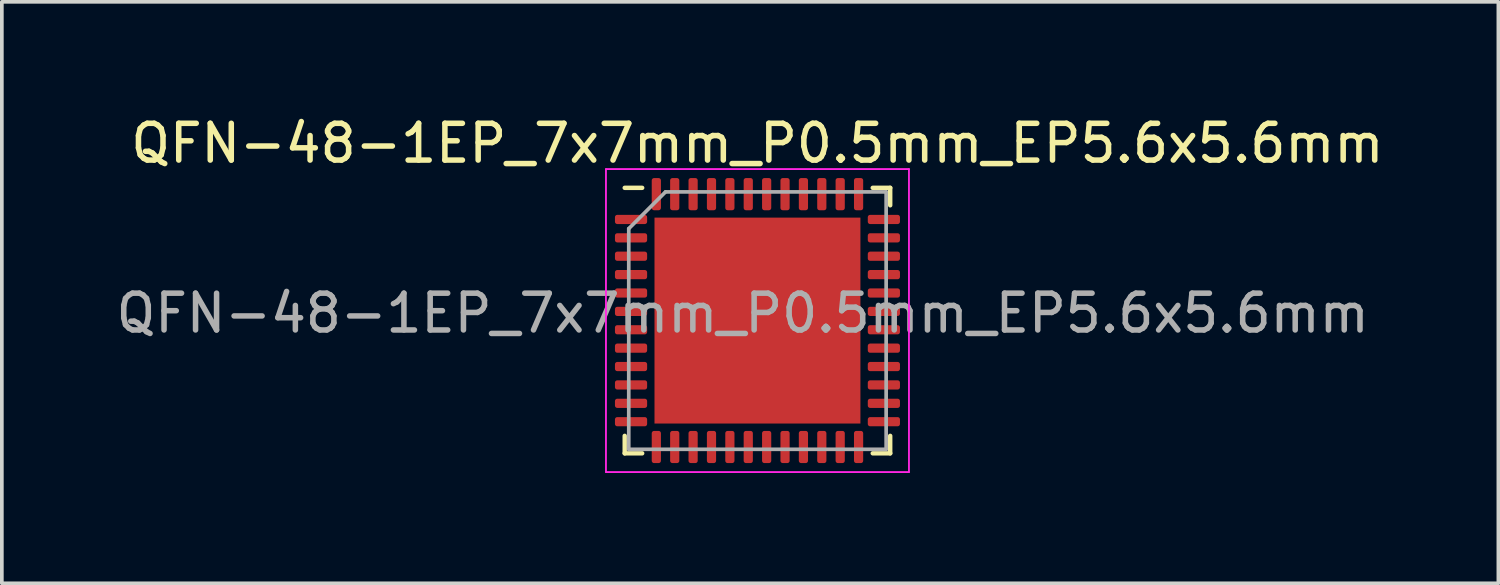
<source format=kicad_pcb>
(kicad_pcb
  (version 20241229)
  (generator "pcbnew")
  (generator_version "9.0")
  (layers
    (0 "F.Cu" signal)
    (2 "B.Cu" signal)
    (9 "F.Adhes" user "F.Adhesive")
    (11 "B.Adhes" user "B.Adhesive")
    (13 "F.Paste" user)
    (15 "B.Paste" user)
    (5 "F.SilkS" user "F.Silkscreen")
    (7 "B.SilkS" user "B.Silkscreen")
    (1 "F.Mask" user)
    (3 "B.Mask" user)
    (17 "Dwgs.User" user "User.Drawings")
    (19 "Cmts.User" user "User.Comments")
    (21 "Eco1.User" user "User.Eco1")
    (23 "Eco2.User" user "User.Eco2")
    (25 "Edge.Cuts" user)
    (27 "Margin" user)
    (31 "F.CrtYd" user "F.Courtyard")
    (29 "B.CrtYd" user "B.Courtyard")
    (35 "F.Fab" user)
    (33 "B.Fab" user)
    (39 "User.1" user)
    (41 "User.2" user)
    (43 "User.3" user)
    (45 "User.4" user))
  (footprint "QFN-48-1EP_7x7mm_P0.5mm_EP5.6x5.6mm"
    (layer "F.Cu")
    (at 17.549 5.668)
    (property "Reference" "QFN-48-1EP_7x7mm_P0.5mm_EP5.6x5.6mm" (at 0 -4.82 0) (layer "F.SilkS") (effects (font (size 1 1) (thickness 0.15))))
    (attr smd)
    (fp_line (start -3.61 3.61) (end -3.61 3.135) (stroke (width 0.12) (type solid)) (layer "F.SilkS"))
    (fp_line (start -3.135 -3.61) (end -3.61 -3.61) (stroke (width 0.12) (type solid)) (layer "F.SilkS"))
    (fp_line (start -3.135 3.61) (end -3.61 3.61) (stroke (width 0.12) (type solid)) (layer "F.SilkS"))
    (fp_line (start 3.135 -3.61) (end 3.61 -3.61) (stroke (width 0.12) (type solid)) (layer "F.SilkS"))
    (fp_line (start 3.135 3.61) (end 3.61 3.61) (stroke (width 0.12) (type solid)) (layer "F.SilkS"))
    (fp_line (start 3.61 -3.61) (end 3.61 -3.135) (stroke (width 0.12) (type solid)) (layer "F.SilkS"))
    (fp_line (start 3.61 3.61) (end 3.61 3.135) (stroke (width 0.12) (type solid)) (layer "F.SilkS"))
    (fp_line (start -4.12 -4.12) (end -4.12 4.12) (stroke (width 0.05) (type solid)) (layer "F.CrtYd"))
    (fp_line (start -4.12 4.12) (end 4.12 4.12) (stroke (width 0.05) (type solid)) (layer "F.CrtYd"))
    (fp_line (start 4.12 -4.12) (end -4.12 -4.12) (stroke (width 0.05) (type solid)) (layer "F.CrtYd"))
    (fp_line (start 4.12 4.12) (end 4.12 -4.12) (stroke (width 0.05) (type solid)) (layer "F.CrtYd"))
    (fp_line (start -3.5 -2.5) (end -2.5 -3.5) (stroke (width 0.1) (type solid)) (layer "F.Fab"))
    (fp_line (start -3.5 3.5) (end -3.5 -2.5) (stroke (width 0.1) (type solid)) (layer "F.Fab"))
    (fp_line (start -2.5 -3.5) (end 3.5 -3.5) (stroke (width 0.1) (type solid)) (layer "F.Fab"))
    (fp_line (start 3.5 -3.5) (end 3.5 3.5) (stroke (width 0.1) (type solid)) (layer "F.Fab"))
    (fp_line (start 3.5 3.5) (end -3.5 3.5) (stroke (width 0.1) (type solid)) (layer "F.Fab"))
    (fp_text user "${REFERENCE}" (at -0.4 -0.2 0) (layer "F.Fab") (effects (font (size 1 1) (thickness 0.15))))
    (pad "" smd roundrect (at -2.1 -2.1) (size 0.5 0.5) (layers "F.Paste") (roundrect_rratio 0.221))
    (pad "" smd roundrect (at -2.1 -0.7) (size 0.5 0.5) (layers "F.Paste") (roundrect_rratio 0.221))
    (pad "" smd roundrect (at -2.1 0.7) (size 0.5 0.5) (layers "F.Paste") (roundrect_rratio 0.221))
    (pad "" smd roundrect (at -2.1 2.1) (size 0.5 0.5) (layers "F.Paste") (roundrect_rratio 0.221))
    (pad "" smd roundrect (at -0.7 -2.1) (size 0.5 0.5) (layers "F.Paste") (roundrect_rratio 0.221))
    (pad "" smd roundrect (at -0.7 -0.7) (size 0.5 0.5) (layers "F.Paste") (roundrect_rratio 0.221))
    (pad "" smd roundrect (at -0.7 0.7) (size 0.5 0.5) (layers "F.Paste") (roundrect_rratio 0.221))
    (pad "" smd roundrect (at -0.7 2.1) (size 0.5 0.5) (layers "F.Paste") (roundrect_rratio 0.221))
    (pad "" smd roundrect (at 0.7 -2.1) (size 0.5 0.5) (layers "F.Paste") (roundrect_rratio 0.221))
    (pad "" smd roundrect (at 0.7 -0.7) (size 0.5 0.5) (layers "F.Paste") (roundrect_rratio 0.221))
    (pad "" smd roundrect (at 0.7 0.7) (size 0.5 0.5) (layers "F.Paste") (roundrect_rratio 0.221))
    (pad "" smd roundrect (at 0.7 2.1) (size 0.5 0.5) (layers "F.Paste") (roundrect_rratio 0.221))
    (pad "" smd roundrect (at 2.1 -2.1) (size 0.5 0.5) (layers "F.Paste") (roundrect_rratio 0.221))
    (pad "" smd roundrect (at 2.1 -0.7) (size 0.5 0.5) (layers "F.Paste") (roundrect_rratio 0.221))
    (pad "" smd roundrect (at 2.1 0.7) (size 0.5 0.5) (layers "F.Paste") (roundrect_rratio 0.221))
    (pad "" smd roundrect (at 2.1 2.1) (size 0.5 0.5) (layers "F.Paste") (roundrect_rratio 0.221))
    (pad "1" smd roundrect (at -3.438 -2.75) (size 0.875 0.25) (layers "F.Cu" "F.Mask" "F.Paste") (roundrect_rratio 0.25))
    (pad "2" smd roundrect (at -3.438 -2.25) (size 0.875 0.25) (layers "F.Cu" "F.Mask" "F.Paste") (roundrect_rratio 0.25))
    (pad "3" smd roundrect (at -3.438 -1.75) (size 0.875 0.25) (layers "F.Cu" "F.Mask" "F.Paste") (roundrect_rratio 0.25))
    (pad "4" smd roundrect (at -3.438 -1.25) (size 0.875 0.25) (layers "F.Cu" "F.Mask" "F.Paste") (roundrect_rratio 0.25))
    (pad "5" smd roundrect (at -3.438 -0.75) (size 0.875 0.25) (layers "F.Cu" "F.Mask" "F.Paste") (roundrect_rratio 0.25))
    (pad "6" smd roundrect (at -3.438 -0.25) (size 0.875 0.25) (layers "F.Cu" "F.Mask" "F.Paste") (roundrect_rratio 0.25))
    (pad "7" smd roundrect (at -3.438 0.25) (size 0.875 0.25) (layers "F.Cu" "F.Mask" "F.Paste") (roundrect_rratio 0.25))
    (pad "8" smd roundrect (at -3.438 0.75) (size 0.875 0.25) (layers "F.Cu" "F.Mask" "F.Paste") (roundrect_rratio 0.25))
    (pad "9" smd roundrect (at -3.438 1.25) (size 0.875 0.25) (layers "F.Cu" "F.Mask" "F.Paste") (roundrect_rratio 0.25))
    (pad "10" smd roundrect (at -3.438 1.75) (size 0.875 0.25) (layers "F.Cu" "F.Mask" "F.Paste") (roundrect_rratio 0.25))
    (pad "11" smd roundrect (at -3.438 2.25) (size 0.875 0.25) (layers "F.Cu" "F.Mask" "F.Paste") (roundrect_rratio 0.25))
    (pad "12" smd roundrect (at -3.438 2.75) (size 0.875 0.25) (layers "F.Cu" "F.Mask" "F.Paste") (roundrect_rratio 0.25))
    (pad "13" smd roundrect (at -2.75 3.438) (size 0.25 0.875) (layers "F.Cu" "F.Mask" "F.Paste") (roundrect_rratio 0.25))
    (pad "14" smd roundrect (at -2.25 3.438) (size 0.25 0.875) (layers "F.Cu" "F.Mask" "F.Paste") (roundrect_rratio 0.25))
    (pad "15" smd roundrect (at -1.75 3.438) (size 0.25 0.875) (layers "F.Cu" "F.Mask" "F.Paste") (roundrect_rratio 0.25))
    (pad "16" smd roundrect (at -1.25 3.438) (size 0.25 0.875) (layers "F.Cu" "F.Mask" "F.Paste") (roundrect_rratio 0.25))
    (pad "17" smd roundrect (at -0.75 3.438) (size 0.25 0.875) (layers "F.Cu" "F.Mask" "F.Paste") (roundrect_rratio 0.25))
    (pad "18" smd roundrect (at -0.25 3.438) (size 0.25 0.875) (layers "F.Cu" "F.Mask" "F.Paste") (roundrect_rratio 0.25))
    (pad "19" smd roundrect (at 0.25 3.438) (size 0.25 0.875) (layers "F.Cu" "F.Mask" "F.Paste") (roundrect_rratio 0.25))
    (pad "20" smd roundrect (at 0.75 3.438) (size 0.25 0.875) (layers "F.Cu" "F.Mask" "F.Paste") (roundrect_rratio 0.25))
    (pad "21" smd roundrect (at 1.25 3.438) (size 0.25 0.875) (layers "F.Cu" "F.Mask" "F.Paste") (roundrect_rratio 0.25))
    (pad "22" smd roundrect (at 1.75 3.438) (size 0.25 0.875) (layers "F.Cu" "F.Mask" "F.Paste") (roundrect_rratio 0.25))
    (pad "23" smd roundrect (at 2.25 3.438) (size 0.25 0.875) (layers "F.Cu" "F.Mask" "F.Paste") (roundrect_rratio 0.25))
    (pad "24" smd roundrect (at 2.75 3.438) (size 0.25 0.875) (layers "F.Cu" "F.Mask" "F.Paste") (roundrect_rratio 0.25))
    (pad "25" smd roundrect (at 3.438 2.75) (size 0.875 0.25) (layers "F.Cu" "F.Mask" "F.Paste") (roundrect_rratio 0.25))
    (pad "26" smd roundrect (at 3.438 2.25) (size 0.875 0.25) (layers "F.Cu" "F.Mask" "F.Paste") (roundrect_rratio 0.25))
    (pad "27" smd roundrect (at 3.438 1.75) (size 0.875 0.25) (layers "F.Cu" "F.Mask" "F.Paste") (roundrect_rratio 0.25))
    (pad "28" smd roundrect (at 3.438 1.25) (size 0.875 0.25) (layers "F.Cu" "F.Mask" "F.Paste") (roundrect_rratio 0.25))
    (pad "29" smd roundrect (at 3.438 0.75) (size 0.875 0.25) (layers "F.Cu" "F.Mask" "F.Paste") (roundrect_rratio 0.25))
    (pad "30" smd roundrect (at 3.438 0.25) (size 0.875 0.25) (layers "F.Cu" "F.Mask" "F.Paste") (roundrect_rratio 0.25))
    (pad "31" smd roundrect (at 3.438 -0.25) (size 0.875 0.25) (layers "F.Cu" "F.Mask" "F.Paste") (roundrect_rratio 0.25))
    (pad "32" smd roundrect (at 3.438 -0.75) (size 0.875 0.25) (layers "F.Cu" "F.Mask" "F.Paste") (roundrect_rratio 0.25))
    (pad "33" smd roundrect (at 3.438 -1.25) (size 0.875 0.25) (layers "F.Cu" "F.Mask" "F.Paste") (roundrect_rratio 0.25))
    (pad "34" smd roundrect (at 3.438 -1.75) (size 0.875 0.25) (layers "F.Cu" "F.Mask" "F.Paste") (roundrect_rratio 0.25))
    (pad "35" smd roundrect (at 3.438 -2.25) (size 0.875 0.25) (layers "F.Cu" "F.Mask" "F.Paste") (roundrect_rratio 0.25))
    (pad "36" smd roundrect (at 3.438 -2.75) (size 0.875 0.25) (layers "F.Cu" "F.Mask" "F.Paste") (roundrect_rratio 0.25))
    (pad "37" smd roundrect (at 2.75 -3.438) (size 0.25 0.875) (layers "F.Cu" "F.Mask" "F.Paste") (roundrect_rratio 0.25))
    (pad "38" smd roundrect (at 2.25 -3.438) (size 0.25 0.875) (layers "F.Cu" "F.Mask" "F.Paste") (roundrect_rratio 0.25))
    (pad "39" smd roundrect (at 1.75 -3.438) (size 0.25 0.875) (layers "F.Cu" "F.Mask" "F.Paste") (roundrect_rratio 0.25))
    (pad "40" smd roundrect (at 1.25 -3.438) (size 0.25 0.875) (layers "F.Cu" "F.Mask" "F.Paste") (roundrect_rratio 0.25))
    (pad "41" smd roundrect (at 0.75 -3.438) (size 0.25 0.875) (layers "F.Cu" "F.Mask" "F.Paste") (roundrect_rratio 0.25))
    (pad "42" smd roundrect (at 0.25 -3.438) (size 0.25 0.875) (layers "F.Cu" "F.Mask" "F.Paste") (roundrect_rratio 0.25))
    (pad "43" smd roundrect (at -0.25 -3.438) (size 0.25 0.875) (layers "F.Cu" "F.Mask" "F.Paste") (roundrect_rratio 0.25))
    (pad "44" smd roundrect (at -0.75 -3.438) (size 0.25 0.875) (layers "F.Cu" "F.Mask" "F.Paste") (roundrect_rratio 0.25))
    (pad "45" smd roundrect (at -1.25 -3.438) (size 0.25 0.875) (layers "F.Cu" "F.Mask" "F.Paste") (roundrect_rratio 0.25))
    (pad "46" smd roundrect (at -1.75 -3.438) (size 0.25 0.875) (layers "F.Cu" "F.Mask" "F.Paste") (roundrect_rratio 0.25))
    (pad "47" smd roundrect (at -2.25 -3.438) (size 0.25 0.875) (layers "F.Cu" "F.Mask" "F.Paste") (roundrect_rratio 0.25))
    (pad "48" smd roundrect (at -2.75 -3.438) (size 0.25 0.875) (layers "F.Cu" "F.Mask" "F.Paste") (roundrect_rratio 0.25))
    (pad "49" smd rect (at 0 0) (size 5.6 5.6) (layers "F.Cu" "F.Mask")))
  (gr_rect
    (start -3 -3)
    (end 37.698 12.813)
    (stroke (width 0.1) (type default))
    (fill no)
    (layer "Edge.Cuts")))
</source>
